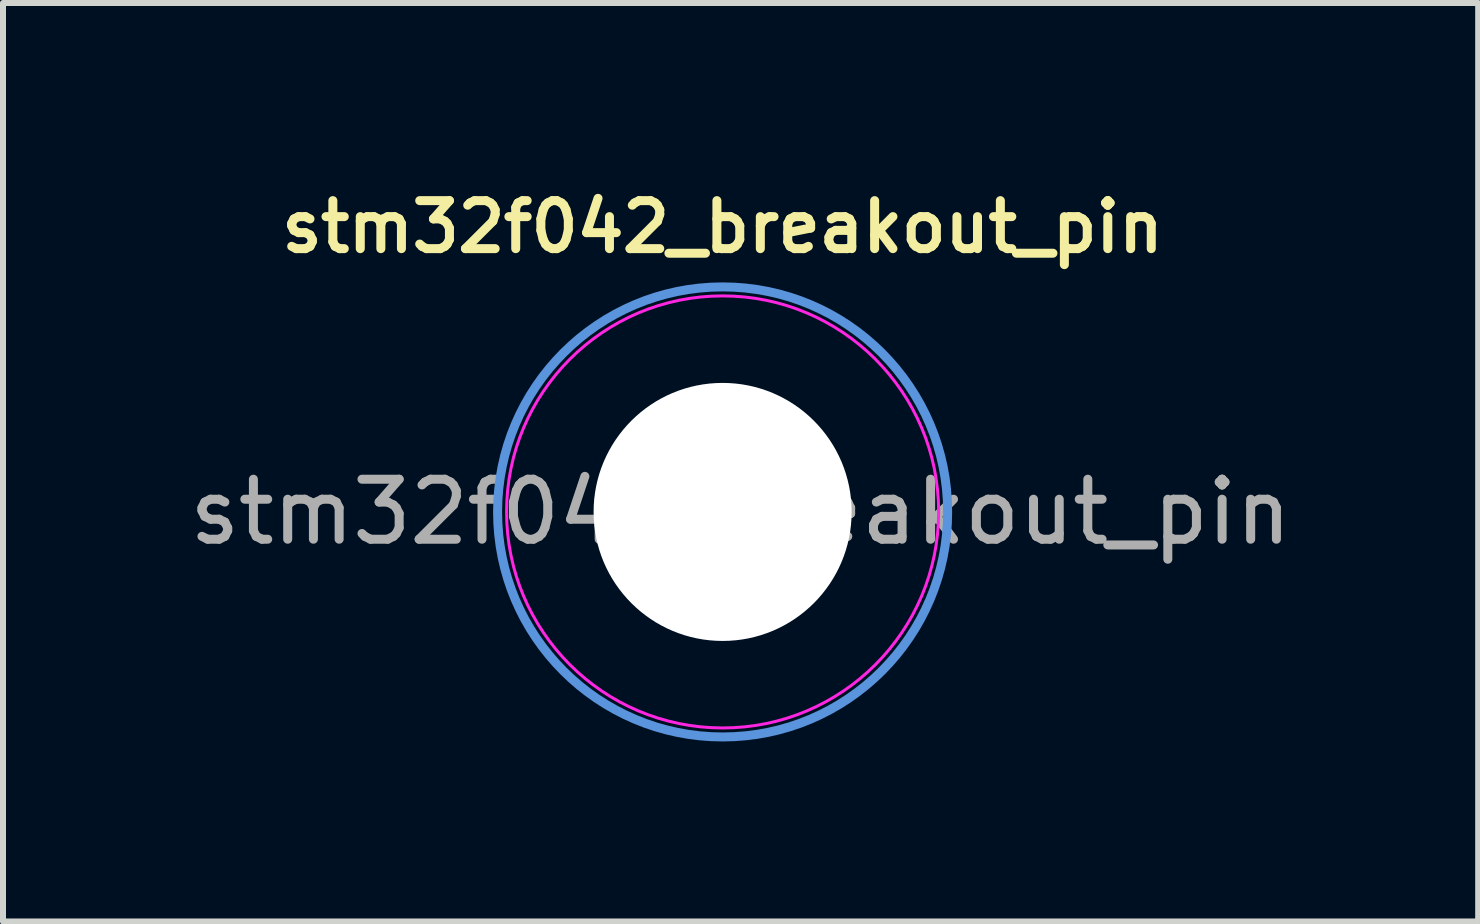
<source format=kicad_pcb>
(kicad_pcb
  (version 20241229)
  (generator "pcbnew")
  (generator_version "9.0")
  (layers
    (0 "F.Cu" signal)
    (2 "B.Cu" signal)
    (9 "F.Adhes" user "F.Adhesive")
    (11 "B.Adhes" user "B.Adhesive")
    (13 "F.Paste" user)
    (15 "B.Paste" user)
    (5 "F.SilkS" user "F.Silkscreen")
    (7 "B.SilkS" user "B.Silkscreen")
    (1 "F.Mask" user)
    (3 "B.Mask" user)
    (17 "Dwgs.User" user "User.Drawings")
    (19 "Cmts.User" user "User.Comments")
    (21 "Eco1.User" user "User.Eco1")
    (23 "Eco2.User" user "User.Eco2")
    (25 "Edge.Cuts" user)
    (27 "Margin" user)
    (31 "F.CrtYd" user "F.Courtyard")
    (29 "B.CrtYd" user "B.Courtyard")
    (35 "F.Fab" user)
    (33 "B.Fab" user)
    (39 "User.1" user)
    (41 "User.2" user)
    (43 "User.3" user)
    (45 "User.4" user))
  (footprint "stm32f042_breakout_pin"
    (layer "F.Cu")
    (at 8.992 5.481)
    (property "Reference" "stm32f042_breakout_pin" (at 0 -4.75 0) (layer "F.SilkS") (effects (font (size 0.8 0.8) (thickness 0.15))))
    (attr exclude_from_pos_files exclude_from_bom)
    (fp_circle (center 0 0) (end 3.75 0) (stroke (width 0.15) (type solid)) (fill no) (layer "Cmts.User"))
    (fp_circle (center 0 0) (end 3.6 0) (stroke (width 0.05) (type solid)) (fill no) (layer "F.CrtYd"))
    (fp_text user "${REFERENCE}" (at 0.3 0 0) (layer "F.Fab") (effects (font (size 1 1) (thickness 0.15))))
    (pad "" np_thru_hole circle (at 0 0) (size 4.3 4.3) (drill 4.3) (layers "*.Cu" "*.Mask")))
  (gr_rect
    (start -3 -3)
    (end 21.583 12.306)
    (stroke (width 0.1) (type default))
    (fill no)
    (layer "Edge.Cuts")))
</source>
